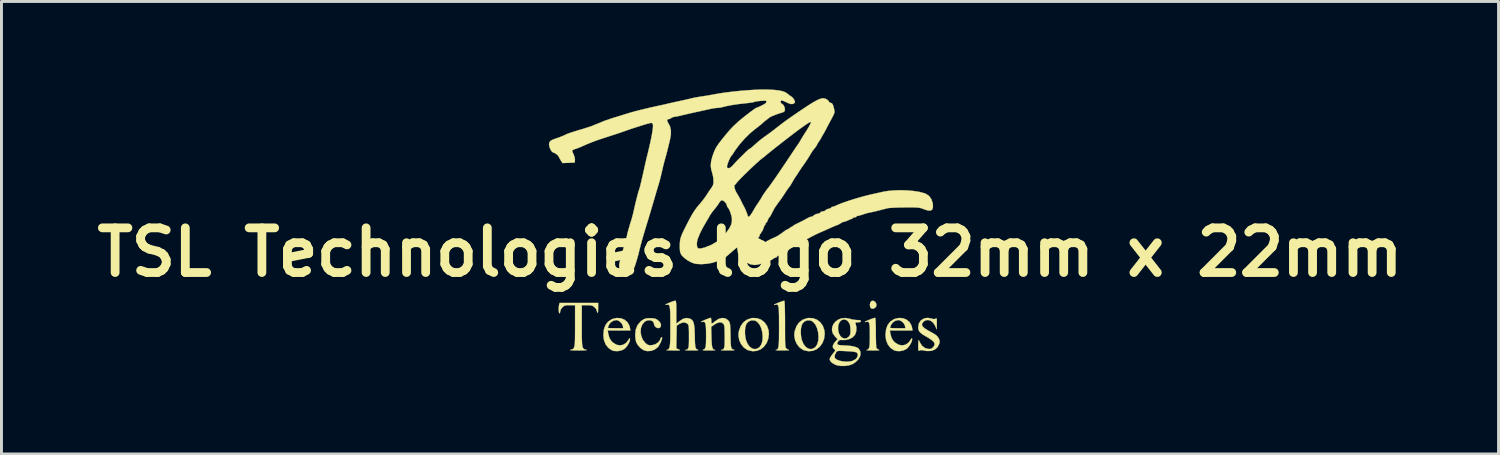
<source format=kicad_pcb>
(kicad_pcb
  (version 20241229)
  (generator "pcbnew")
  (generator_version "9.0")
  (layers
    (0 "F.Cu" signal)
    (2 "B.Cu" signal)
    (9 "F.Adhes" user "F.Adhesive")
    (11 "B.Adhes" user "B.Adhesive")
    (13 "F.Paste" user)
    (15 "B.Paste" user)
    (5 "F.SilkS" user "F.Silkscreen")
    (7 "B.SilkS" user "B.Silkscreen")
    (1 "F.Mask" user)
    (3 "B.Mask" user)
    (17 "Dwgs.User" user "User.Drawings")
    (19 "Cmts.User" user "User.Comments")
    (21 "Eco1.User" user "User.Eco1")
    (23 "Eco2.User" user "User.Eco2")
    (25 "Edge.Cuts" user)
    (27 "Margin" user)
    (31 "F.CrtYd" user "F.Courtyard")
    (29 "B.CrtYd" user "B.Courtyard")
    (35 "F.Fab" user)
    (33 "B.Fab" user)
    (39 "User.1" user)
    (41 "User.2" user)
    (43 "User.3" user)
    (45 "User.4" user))
  (footprint "TSL Technologies logo 32mm x 22mm"
    (layer "F.Cu")
    (at 22.541 5.559)
    (property "Reference" "TSL Technologies logo 32mm x 22mm" (at 0 0 0) (layer "F.SilkS") (effects (font (size 1.524 1.524) (thickness 0.3))))
    (attr through_hole)
    (fp_poly (pts (xy 4.267 1.689) (xy 4.276 1.697) (xy 4.314 1.77) (xy 4.305 1.844) (xy 4.272 1.888) (xy 4.203 1.927) (xy 4.141 1.917) (xy 4.12 1.9) (xy 4.098 1.854) (xy 4.089 1.791) (xy 4.106 1.709) (xy 4.148 1.661) (xy 4.205 1.653) (xy 4.267 1.689)) (stroke (width 0.01) (type solid)) (fill yes) (layer "F.SilkS"))
    (fp_poly (pts (xy 4.277 2.259) (xy 4.283 2.328) (xy 4.288 2.433) (xy 4.292 2.568) (xy 4.293 2.726) (xy 4.293 2.737) (xy 4.294 2.893) (xy 4.297 3.032) (xy 4.301 3.146) (xy 4.306 3.228) (xy 4.312 3.267) (xy 4.313 3.269) (xy 4.35 3.301) (xy 4.395 3.325) (xy 4.411 3.336) (xy 4.39 3.343) (xy 4.327 3.347) (xy 4.218 3.348) (xy 4.191 3.348) (xy 4.088 3.347) (xy 4.013 3.344) (xy 3.974 3.339) (xy 3.975 3.335) (xy 4.015 3.321) (xy 4.045 3.297) (xy 4.065 3.255) (xy 4.079 3.188) (xy 4.086 3.09) (xy 4.089 2.952) (xy 4.089 2.83) (xy 4.088 2.66) (xy 4.084 2.535) (xy 4.074 2.449) (xy 4.058 2.396) (xy 4.033 2.371) (xy 3.997 2.367) (xy 3.957 2.376) (xy 3.92 2.382) (xy 3.924 2.369) (xy 3.96 2.349) (xy 4.027 2.319) (xy 4.109 2.286) (xy 4.189 2.257) (xy 4.249 2.239) (xy 4.269 2.235) (xy 4.277 2.259)) (stroke (width 0.01) (type solid)) (fill yes) (layer "F.SilkS"))
    (fp_poly (pts (xy 0.241 2.248) (xy 0.377 2.298) (xy 0.491 2.386) (xy 0.578 2.505) (xy 0.63 2.65) (xy 0.644 2.779) (xy 0.622 2.95) (xy 0.565 3.098) (xy 0.476 3.219) (xy 0.364 3.309) (xy 0.233 3.362) (xy 0.09 3.375) (xy -0.059 3.343) (xy -0.094 3.329) (xy -0.211 3.249) (xy -0.304 3.134) (xy -0.367 2.996) (xy -0.394 2.845) (xy -0.388 2.768) (xy -0.173 2.768) (xy -0.159 2.902) (xy -0.141 2.985) (xy -0.086 3.12) (xy -0.012 3.22) (xy 0.074 3.282) (xy 0.166 3.304) (xy 0.259 3.282) (xy 0.33 3.23) (xy 0.391 3.136) (xy 0.425 3.013) (xy 0.433 2.871) (xy 0.418 2.723) (xy 0.381 2.582) (xy 0.321 2.459) (xy 0.242 2.368) (xy 0.239 2.365) (xy 0.145 2.32) (xy 0.045 2.32) (xy -0.049 2.362) (xy -0.118 2.434) (xy -0.151 2.518) (xy -0.17 2.635) (xy -0.173 2.768) (xy -0.388 2.768) (xy -0.382 2.695) (xy -0.381 2.694) (xy -0.32 2.522) (xy -0.227 2.39) (xy -0.103 2.298) (xy 0.049 2.247) (xy 0.091 2.241) (xy 0.241 2.248)) (stroke (width 0.01) (type solid)) (fill yes) (layer "F.SilkS"))
    (fp_poly (pts (xy 2.146 2.248) (xy 2.282 2.298) (xy 2.396 2.386) (xy 2.483 2.505) (xy 2.535 2.65) (xy 2.549 2.779) (xy 2.527 2.95) (xy 2.47 3.098) (xy 2.381 3.219) (xy 2.269 3.309) (xy 2.138 3.362) (xy 1.995 3.375) (xy 1.846 3.343) (xy 1.811 3.329) (xy 1.694 3.249) (xy 1.601 3.134) (xy 1.538 2.996) (xy 1.511 2.845) (xy 1.517 2.768) (xy 1.732 2.768) (xy 1.746 2.902) (xy 1.764 2.985) (xy 1.819 3.12) (xy 1.893 3.22) (xy 1.979 3.282) (xy 2.071 3.304) (xy 2.164 3.282) (xy 2.235 3.23) (xy 2.296 3.136) (xy 2.33 3.013) (xy 2.338 2.871) (xy 2.323 2.723) (xy 2.286 2.582) (xy 2.226 2.459) (xy 2.147 2.368) (xy 2.144 2.365) (xy 2.05 2.32) (xy 1.95 2.32) (xy 1.856 2.362) (xy 1.787 2.434) (xy 1.754 2.518) (xy 1.735 2.635) (xy 1.732 2.768) (xy 1.517 2.768) (xy 1.523 2.695) (xy 1.524 2.694) (xy 1.585 2.522) (xy 1.678 2.39) (xy 1.802 2.298) (xy 1.954 2.247) (xy 1.996 2.241) (xy 2.146 2.248)) (stroke (width 0.01) (type solid)) (fill yes) (layer "F.SilkS"))
    (fp_poly (pts (xy 1.177 1.676) (xy 1.182 1.746) (xy 1.187 1.857) (xy 1.19 2.004) (xy 1.193 2.182) (xy 1.194 2.386) (xy 1.194 2.447) (xy 1.194 2.671) (xy 1.195 2.849) (xy 1.196 2.987) (xy 1.199 3.091) (xy 1.204 3.166) (xy 1.21 3.218) (xy 1.218 3.251) (xy 1.228 3.272) (xy 1.238 3.283) (xy 1.297 3.32) (xy 1.333 3.335) (xy 1.331 3.339) (xy 1.285 3.343) (xy 1.204 3.346) (xy 1.105 3.347) (xy 0.999 3.346) (xy 0.92 3.343) (xy 0.877 3.339) (xy 0.876 3.335) (xy 0.909 3.325) (xy 0.934 3.31) (xy 0.954 3.282) (xy 0.968 3.238) (xy 0.978 3.171) (xy 0.985 3.076) (xy 0.989 2.948) (xy 0.99 2.78) (xy 0.991 2.567) (xy 0.991 2.538) (xy 0.99 2.318) (xy 0.989 2.144) (xy 0.985 2.01) (xy 0.979 1.912) (xy 0.968 1.846) (xy 0.953 1.805) (xy 0.932 1.785) (xy 0.905 1.781) (xy 0.871 1.788) (xy 0.858 1.791) (xy 0.821 1.798) (xy 0.826 1.785) (xy 0.861 1.765) (xy 0.929 1.735) (xy 1.01 1.702) (xy 1.09 1.673) (xy 1.151 1.654) (xy 1.171 1.651) (xy 1.177 1.676)) (stroke (width 0.01) (type solid)) (fill yes) (layer "F.SilkS"))
    (fp_poly (pts (xy -4.406 2.25) (xy -4.284 2.299) (xy -4.185 2.382) (xy -4.119 2.495) (xy -4.098 2.572) (xy -4.083 2.667) (xy -4.856 2.667) (xy -4.838 2.775) (xy -4.801 2.912) (xy -4.738 3.019) (xy -4.673 3.083) (xy -4.556 3.154) (xy -4.436 3.176) (xy -4.321 3.153) (xy -4.22 3.085) (xy -4.145 2.985) (xy -4.117 2.938) (xy -4.101 2.935) (xy -4.095 2.953) (xy -4.101 3.016) (xy -4.135 3.099) (xy -4.187 3.187) (xy -4.249 3.263) (xy -4.284 3.294) (xy -4.388 3.347) (xy -4.513 3.372) (xy -4.637 3.366) (xy -4.712 3.344) (xy -4.834 3.26) (xy -4.927 3.14) (xy -4.984 2.991) (xy -5.004 2.827) (xy -4.986 2.638) (xy -4.965 2.577) (xy -4.851 2.577) (xy -4.828 2.583) (xy -4.764 2.587) (xy -4.67 2.59) (xy -4.589 2.591) (xy -4.327 2.591) (xy -4.338 2.514) (xy -4.37 2.438) (xy -4.433 2.369) (xy -4.509 2.323) (xy -4.563 2.311) (xy -4.665 2.334) (xy -4.756 2.394) (xy -4.815 2.477) (xy -4.839 2.537) (xy -4.851 2.574) (xy -4.851 2.577) (xy -4.965 2.577) (xy -4.932 2.485) (xy -4.843 2.367) (xy -4.717 2.285) (xy -4.685 2.272) (xy -4.542 2.24) (xy -4.406 2.25)) (stroke (width 0.01) (type solid)) (fill yes) (layer "F.SilkS"))
    (fp_poly (pts (xy 5.221 2.25) (xy 5.343 2.299) (xy 5.441 2.382) (xy 5.508 2.495) (xy 5.528 2.572) (xy 5.544 2.667) (xy 4.771 2.667) (xy 4.789 2.775) (xy 4.825 2.912) (xy 4.889 3.019) (xy 4.954 3.083) (xy 5.071 3.154) (xy 5.191 3.176) (xy 5.305 3.153) (xy 5.407 3.085) (xy 5.481 2.985) (xy 5.51 2.938) (xy 5.525 2.935) (xy 5.532 2.953) (xy 5.525 3.016) (xy 5.492 3.099) (xy 5.439 3.187) (xy 5.377 3.263) (xy 5.342 3.294) (xy 5.239 3.347) (xy 5.114 3.372) (xy 4.99 3.366) (xy 4.915 3.344) (xy 4.792 3.26) (xy 4.7 3.14) (xy 4.642 2.991) (xy 4.623 2.827) (xy 4.641 2.638) (xy 4.662 2.577) (xy 4.775 2.577) (xy 4.799 2.583) (xy 4.863 2.587) (xy 4.956 2.59) (xy 5.037 2.591) (xy 5.3 2.591) (xy 5.289 2.514) (xy 5.257 2.438) (xy 5.194 2.369) (xy 5.117 2.323) (xy 5.064 2.311) (xy 4.961 2.334) (xy 4.871 2.394) (xy 4.811 2.477) (xy 4.788 2.537) (xy 4.776 2.574) (xy 4.775 2.577) (xy 4.662 2.577) (xy 4.694 2.485) (xy 4.784 2.367) (xy 4.909 2.285) (xy 4.941 2.272) (xy 5.084 2.24) (xy 5.221 2.25)) (stroke (width 0.01) (type solid)) (fill yes) (layer "F.SilkS"))
    (fp_poly (pts (xy -3.304 2.252) (xy -3.231 2.267) (xy -3.17 2.297) (xy -3.154 2.308) (xy -3.076 2.382) (xy -3.038 2.461) (xy -3.045 2.534) (xy -3.049 2.542) (xy -3.093 2.582) (xy -3.151 2.586) (xy -3.21 2.559) (xy -3.256 2.509) (xy -3.277 2.441) (xy -3.277 2.437) (xy -3.298 2.374) (xy -3.354 2.333) (xy -3.43 2.316) (xy -3.515 2.326) (xy -3.593 2.366) (xy -3.594 2.366) (xy -3.674 2.46) (xy -3.721 2.579) (xy -3.733 2.713) (xy -3.713 2.85) (xy -3.661 2.979) (xy -3.576 3.089) (xy -3.554 3.109) (xy -3.494 3.153) (xy -3.437 3.171) (xy -3.358 3.17) (xy -3.346 3.169) (xy -3.234 3.139) (xy -3.138 3.078) (xy -3.073 2.996) (xy -3.057 2.953) (xy -3.036 2.91) (xy -3.012 2.896) (xy -2.998 2.918) (xy -2.998 2.927) (xy -3.01 2.978) (xy -3.041 3.053) (xy -3.081 3.134) (xy -3.122 3.204) (xy -3.145 3.234) (xy -3.25 3.316) (xy -3.376 3.363) (xy -3.509 3.371) (xy -3.619 3.343) (xy -3.726 3.274) (xy -3.82 3.175) (xy -3.88 3.075) (xy -3.899 3.003) (xy -3.913 2.903) (xy -3.918 2.815) (xy -3.898 2.635) (xy -3.838 2.485) (xy -3.735 2.363) (xy -3.686 2.324) (xy -3.617 2.281) (xy -3.554 2.258) (xy -3.475 2.249) (xy -3.408 2.248) (xy -3.304 2.252)) (stroke (width 0.01) (type solid)) (fill yes) (layer "F.SilkS"))
    (fp_poly (pts (xy -5.182 1.911) (xy -5.185 2.008) (xy -5.192 2.057) (xy -5.205 2.061) (xy -5.207 2.057) (xy -5.229 2) (xy -5.232 1.977) (xy -5.251 1.935) (xy -5.296 1.882) (xy -5.311 1.869) (xy -5.361 1.833) (xy -5.414 1.813) (xy -5.487 1.805) (xy -5.565 1.803) (xy -5.74 1.803) (xy -5.74 2.51) (xy -5.74 2.729) (xy -5.739 2.904) (xy -5.735 3.038) (xy -5.729 3.138) (xy -5.718 3.21) (xy -5.702 3.259) (xy -5.68 3.29) (xy -5.65 3.308) (xy -5.612 3.321) (xy -5.587 3.327) (xy -5.57 3.336) (xy -5.604 3.342) (xy -5.689 3.346) (xy -5.824 3.348) (xy -5.855 3.348) (xy -5.999 3.346) (xy -6.093 3.343) (xy -6.137 3.337) (xy -6.13 3.329) (xy -6.123 3.327) (xy -6.079 3.316) (xy -6.045 3.301) (xy -6.019 3.278) (xy -6 3.239) (xy -5.986 3.181) (xy -5.977 3.097) (xy -5.972 2.983) (xy -5.97 2.831) (xy -5.969 2.637) (xy -5.969 2.51) (xy -5.969 1.803) (xy -6.149 1.803) (xy -6.246 1.805) (xy -6.309 1.814) (xy -6.354 1.835) (xy -6.397 1.872) (xy -6.403 1.878) (xy -6.455 1.947) (xy -6.477 2.014) (xy -6.477 2.017) (xy -6.485 2.066) (xy -6.502 2.083) (xy -6.516 2.06) (xy -6.525 2.003) (xy -6.527 1.927) (xy -6.523 1.848) (xy -6.512 1.784) (xy -6.496 1.727) (xy -5.182 1.727) (xy -5.182 1.911)) (stroke (width 0.01) (type solid)) (fill yes) (layer "F.SilkS"))
    (fp_poly (pts (xy 6.191 2.262) (xy 6.2 2.264) (xy 6.273 2.28) (xy 6.319 2.273) (xy 6.336 2.261) (xy 6.356 2.251) (xy 6.367 2.263) (xy 6.373 2.308) (xy 6.374 2.393) (xy 6.374 2.429) (xy 6.372 2.629) (xy 6.314 2.501) (xy 6.249 2.401) (xy 6.166 2.335) (xy 6.074 2.308) (xy 5.984 2.323) (xy 5.923 2.363) (xy 5.876 2.421) (xy 5.865 2.477) (xy 5.894 2.534) (xy 5.964 2.597) (xy 6.079 2.67) (xy 6.158 2.713) (xy 6.27 2.775) (xy 6.346 2.826) (xy 6.396 2.873) (xy 6.431 2.924) (xy 6.434 2.929) (xy 6.465 3.001) (xy 6.47 3.06) (xy 6.455 3.124) (xy 6.396 3.239) (xy 6.304 3.319) (xy 6.182 3.363) (xy 6.036 3.368) (xy 5.952 3.354) (xy 5.864 3.338) (xy 5.81 3.338) (xy 5.777 3.354) (xy 5.759 3.363) (xy 5.747 3.346) (xy 5.742 3.296) (xy 5.74 3.205) (xy 5.74 3.191) (xy 5.742 3.099) (xy 5.746 3.031) (xy 5.751 2.998) (xy 5.753 2.997) (xy 5.77 3.018) (xy 5.796 3.069) (xy 5.8 3.08) (xy 5.872 3.192) (xy 5.973 3.267) (xy 6.069 3.295) (xy 6.147 3.299) (xy 6.201 3.279) (xy 6.237 3.25) (xy 6.288 3.186) (xy 6.3 3.124) (xy 6.271 3.06) (xy 6.198 2.991) (xy 6.079 2.913) (xy 6.011 2.874) (xy 5.891 2.803) (xy 5.811 2.74) (xy 5.764 2.679) (xy 5.743 2.609) (xy 5.74 2.558) (xy 5.761 2.432) (xy 5.821 2.334) (xy 5.902 2.277) (xy 5.994 2.243) (xy 6.083 2.239) (xy 6.191 2.262)) (stroke (width 0.01) (type solid)) (fill yes) (layer "F.SilkS"))
    (fp_poly (pts (xy -2.536 1.66) (xy -2.526 1.693) (xy -2.52 1.754) (xy -2.516 1.852) (xy -2.515 1.992) (xy -2.515 2.047) (xy -2.515 2.442) (xy -2.409 2.352) (xy -2.288 2.272) (xy -2.17 2.241) (xy -2.058 2.26) (xy -2.056 2.261) (xy -1.999 2.292) (xy -1.956 2.336) (xy -1.926 2.4) (xy -1.906 2.491) (xy -1.893 2.617) (xy -1.886 2.785) (xy -1.886 2.819) (xy -1.882 2.985) (xy -1.877 3.107) (xy -1.87 3.193) (xy -1.859 3.25) (xy -1.843 3.286) (xy -1.82 3.307) (xy -1.788 3.322) (xy -1.784 3.323) (xy -1.764 3.334) (xy -1.779 3.342) (xy -1.835 3.346) (xy -1.934 3.347) (xy -1.994 3.347) (xy -2.099 3.346) (xy -2.174 3.343) (xy -2.213 3.339) (xy -2.21 3.334) (xy -2.163 3.323) (xy -2.13 3.306) (xy -2.107 3.274) (xy -2.093 3.22) (xy -2.086 3.137) (xy -2.083 3.017) (xy -2.083 2.88) (xy -2.083 2.729) (xy -2.086 2.621) (xy -2.09 2.547) (xy -2.099 2.498) (xy -2.112 2.465) (xy -2.131 2.441) (xy -2.134 2.438) (xy -2.21 2.395) (xy -2.304 2.396) (xy -2.405 2.439) (xy -2.416 2.446) (xy -2.502 2.504) (xy -2.509 2.891) (xy -2.516 3.278) (xy -2.433 3.315) (xy -2.4 3.33) (xy -2.391 3.341) (xy -2.412 3.346) (xy -2.47 3.349) (xy -2.57 3.349) (xy -2.629 3.348) (xy -2.734 3.346) (xy -2.811 3.343) (xy -2.852 3.339) (xy -2.851 3.335) (xy -2.813 3.325) (xy -2.783 3.308) (xy -2.76 3.278) (xy -2.743 3.231) (xy -2.732 3.159) (xy -2.724 3.059) (xy -2.72 2.924) (xy -2.718 2.748) (xy -2.718 2.545) (xy -2.718 2.325) (xy -2.72 2.15) (xy -2.724 2.017) (xy -2.732 1.919) (xy -2.743 1.851) (xy -2.759 1.81) (xy -2.78 1.79) (xy -2.808 1.785) (xy -2.841 1.79) (xy -2.883 1.796) (xy -2.883 1.784) (xy -2.883 1.784) (xy -2.842 1.76) (xy -2.772 1.728) (xy -2.689 1.694) (xy -2.612 1.666) (xy -2.558 1.652) (xy -2.549 1.651) (xy -2.536 1.66)) (stroke (width 0.01) (type solid)) (fill yes) (layer "F.SilkS"))
    (fp_poly (pts (xy -1.329 2.258) (xy -1.321 2.314) (xy -1.321 2.337) (xy -1.317 2.4) (xy -1.309 2.436) (xy -1.306 2.438) (xy -1.28 2.423) (xy -1.229 2.384) (xy -1.187 2.35) (xy -1.07 2.273) (xy -0.955 2.241) (xy -0.849 2.253) (xy -0.757 2.311) (xy -0.725 2.347) (xy -0.705 2.379) (xy -0.69 2.418) (xy -0.68 2.472) (xy -0.674 2.552) (xy -0.669 2.665) (xy -0.666 2.802) (xy -0.663 2.972) (xy -0.659 3.098) (xy -0.652 3.187) (xy -0.641 3.247) (xy -0.625 3.284) (xy -0.601 3.306) (xy -0.569 3.319) (xy -0.552 3.324) (xy -0.528 3.335) (xy -0.541 3.342) (xy -0.596 3.346) (xy -0.695 3.347) (xy -0.762 3.347) (xy -0.87 3.346) (xy -0.949 3.343) (xy -0.992 3.339) (xy -0.991 3.334) (xy -0.991 3.334) (xy -0.944 3.323) (xy -0.91 3.306) (xy -0.888 3.273) (xy -0.874 3.219) (xy -0.867 3.135) (xy -0.864 3.014) (xy -0.864 2.885) (xy -0.865 2.728) (xy -0.868 2.613) (xy -0.875 2.533) (xy -0.886 2.48) (xy -0.902 2.446) (xy -0.903 2.444) (xy -0.965 2.396) (xy -1.049 2.389) (xy -1.148 2.423) (xy -1.218 2.466) (xy -1.326 2.544) (xy -1.317 2.894) (xy -1.311 3.051) (xy -1.302 3.164) (xy -1.288 3.242) (xy -1.266 3.291) (xy -1.234 3.319) (xy -1.191 3.334) (xy -1.186 3.335) (xy -1.186 3.34) (xy -1.229 3.343) (xy -1.308 3.346) (xy -1.397 3.347) (xy -1.515 3.347) (xy -1.586 3.344) (xy -1.614 3.337) (xy -1.604 3.327) (xy -1.596 3.324) (xy -1.562 3.308) (xy -1.537 3.283) (xy -1.519 3.243) (xy -1.508 3.179) (xy -1.502 3.085) (xy -1.499 2.952) (xy -1.499 2.824) (xy -1.5 2.656) (xy -1.506 2.532) (xy -1.518 2.448) (xy -1.537 2.397) (xy -1.565 2.373) (xy -1.603 2.371) (xy -1.621 2.374) (xy -1.664 2.38) (xy -1.664 2.368) (xy -1.664 2.368) (xy -1.627 2.347) (xy -1.561 2.316) (xy -1.482 2.283) (xy -1.408 2.254) (xy -1.355 2.237) (xy -1.343 2.235) (xy -1.329 2.258)) (stroke (width 0.01) (type solid)) (fill yes) (layer "F.SilkS"))
    (fp_poly (pts (xy 3.397 2.268) (xy 3.404 2.27) (xy 3.501 2.295) (xy 3.612 2.309) (xy 3.651 2.311) (xy 3.733 2.315) (xy 3.775 2.328) (xy 3.785 2.349) (xy 3.768 2.376) (xy 3.712 2.387) (xy 3.684 2.388) (xy 3.62 2.39) (xy 3.596 2.402) (xy 3.601 2.434) (xy 3.607 2.453) (xy 3.631 2.568) (xy 3.624 2.692) (xy 3.589 2.8) (xy 3.581 2.815) (xy 3.501 2.9) (xy 3.387 2.961) (xy 3.253 2.992) (xy 3.168 2.993) (xy 3.089 2.99) (xy 3.043 3) (xy 3.014 3.029) (xy 2.998 3.055) (xy 2.974 3.106) (xy 2.978 3.134) (xy 2.997 3.15) (xy 3.044 3.164) (xy 3.12 3.174) (xy 3.162 3.175) (xy 3.335 3.183) (xy 3.486 3.202) (xy 3.605 3.231) (xy 3.684 3.267) (xy 3.697 3.278) (xy 3.757 3.365) (xy 3.774 3.463) (xy 3.748 3.567) (xy 3.683 3.669) (xy 3.582 3.761) (xy 3.493 3.816) (xy 3.378 3.856) (xy 3.237 3.876) (xy 3.091 3.876) (xy 2.962 3.853) (xy 2.95 3.85) (xy 2.845 3.803) (xy 2.766 3.742) (xy 2.723 3.675) (xy 2.718 3.646) (xy 2.733 3.6) (xy 2.742 3.585) (xy 2.887 3.585) (xy 2.902 3.615) (xy 2.964 3.664) (xy 3.061 3.701) (xy 3.18 3.724) (xy 3.306 3.733) (xy 3.425 3.723) (xy 3.512 3.699) (xy 3.612 3.64) (xy 3.668 3.565) (xy 3.679 3.49) (xy 3.669 3.453) (xy 3.647 3.425) (xy 3.603 3.405) (xy 3.532 3.391) (xy 3.426 3.38) (xy 3.277 3.371) (xy 3.247 3.37) (xy 3.126 3.364) (xy 3.046 3.363) (xy 2.996 3.368) (xy 2.966 3.38) (xy 2.946 3.401) (xy 2.939 3.411) (xy 2.891 3.509) (xy 2.887 3.585) (xy 2.742 3.585) (xy 2.774 3.531) (xy 2.822 3.467) (xy 2.877 3.399) (xy 2.904 3.358) (xy 2.905 3.333) (xy 2.884 3.314) (xy 2.873 3.306) (xy 2.828 3.251) (xy 2.828 3.178) (xy 2.874 3.093) (xy 2.905 3.056) (xy 2.99 2.963) (xy 2.906 2.879) (xy 2.829 2.773) (xy 2.797 2.663) (xy 2.798 2.645) (xy 3.005 2.645) (xy 3.03 2.757) (xy 3.076 2.849) (xy 3.139 2.912) (xy 3.213 2.943) (xy 3.292 2.934) (xy 3.367 2.884) (xy 3.403 2.839) (xy 3.422 2.785) (xy 3.429 2.704) (xy 3.429 2.67) (xy 3.425 2.575) (xy 3.414 2.493) (xy 3.405 2.454) (xy 3.348 2.356) (xy 3.276 2.302) (xy 3.197 2.288) (xy 3.121 2.313) (xy 3.057 2.377) (xy 3.015 2.477) (xy 3.007 2.516) (xy 3.005 2.645) (xy 2.798 2.645) (xy 2.804 2.554) (xy 2.846 2.452) (xy 2.917 2.364) (xy 3.013 2.295) (xy 3.128 2.252) (xy 3.258 2.241) (xy 3.397 2.268)) (stroke (width 0.01) (type solid)) (fill yes) (layer "F.SilkS"))
    (fp_poly (pts (xy 0.585 -5.554) (xy 0.608 -5.553) (xy 0.813 -5.542) (xy 0.975 -5.524) (xy 1.1 -5.499) (xy 1.195 -5.465) (xy 1.267 -5.421) (xy 1.278 -5.411) (xy 1.343 -5.359) (xy 1.402 -5.319) (xy 1.412 -5.313) (xy 1.46 -5.272) (xy 1.504 -5.208) (xy 1.507 -5.202) (xy 1.532 -5.145) (xy 1.532 -5.113) (xy 1.507 -5.088) (xy 1.506 -5.086) (xy 1.451 -5.06) (xy 1.387 -5.061) (xy 1.3 -5.092) (xy 1.245 -5.118) (xy 1.168 -5.154) (xy 1.105 -5.177) (xy 1.08 -5.182) (xy 1.049 -5.164) (xy 1.043 -5.125) (xy 1.063 -5.085) (xy 1.089 -5.068) (xy 1.137 -5.03) (xy 1.174 -4.962) (xy 1.191 -4.883) (xy 1.19 -4.848) (xy 1.174 -4.809) (xy 1.131 -4.78) (xy 1.054 -4.756) (xy 0.973 -4.731) (xy 0.879 -4.697) (xy 0.786 -4.66) (xy 0.71 -4.627) (xy 0.665 -4.601) (xy 0.66 -4.598) (xy 0.634 -4.576) (xy 0.582 -4.535) (xy 0.552 -4.513) (xy 0.483 -4.459) (xy 0.426 -4.409) (xy 0.412 -4.395) (xy 0.373 -4.36) (xy 0.305 -4.305) (xy 0.218 -4.238) (xy 0.165 -4.198) (xy -0.004 -4.057) (xy -0.179 -3.884) (xy -0.345 -3.696) (xy -0.49 -3.505) (xy -0.574 -3.375) (xy -0.614 -3.317) (xy -0.645 -3.28) (xy -0.679 -3.226) (xy -0.718 -3.142) (xy -0.754 -3.048) (xy -0.78 -2.964) (xy -0.787 -2.915) (xy -0.771 -2.876) (xy -0.728 -2.869) (xy -0.671 -2.891) (xy -0.61 -2.94) (xy -0.593 -2.959) (xy -0.54 -3.02) (xy -0.466 -3.099) (xy -0.38 -3.188) (xy -0.288 -3.28) (xy -0.199 -3.367) (xy -0.12 -3.443) (xy -0.057 -3.499) (xy -0.019 -3.528) (xy -0.013 -3.531) (xy 0.016 -3.547) (xy 0.071 -3.591) (xy 0.143 -3.654) (xy 0.172 -3.681) (xy 0.273 -3.77) (xy 0.386 -3.862) (xy 0.488 -3.938) (xy 0.494 -3.942) (xy 0.578 -4.001) (xy 0.688 -4.082) (xy 0.809 -4.173) (xy 0.925 -4.263) (xy 1.026 -4.342) (xy 1.116 -4.411) (xy 1.201 -4.474) (xy 1.291 -4.539) (xy 1.392 -4.61) (xy 1.512 -4.693) (xy 1.66 -4.794) (xy 1.829 -4.907) (xy 2.015 -5.03) (xy 2.167 -5.124) (xy 2.289 -5.191) (xy 2.386 -5.233) (xy 2.463 -5.254) (xy 2.502 -5.257) (xy 2.569 -5.242) (xy 2.635 -5.208) (xy 2.681 -5.165) (xy 2.692 -5.135) (xy 2.714 -5.111) (xy 2.747 -5.101) (xy 2.787 -5.088) (xy 2.816 -5.057) (xy 2.841 -4.997) (xy 2.867 -4.897) (xy 2.867 -4.895) (xy 2.88 -4.835) (xy 2.882 -4.788) (xy 2.87 -4.738) (xy 2.842 -4.673) (xy 2.792 -4.579) (xy 2.785 -4.564) (xy 2.722 -4.446) (xy 2.655 -4.32) (xy 2.598 -4.211) (xy 2.588 -4.191) (xy 2.544 -4.109) (xy 2.509 -4.046) (xy 2.49 -4.014) (xy 2.489 -4.013) (xy 2.47 -3.984) (xy 2.441 -3.929) (xy 2.439 -3.924) (xy 2.397 -3.849) (xy 2.346 -3.773) (xy 2.344 -3.77) (xy 2.306 -3.714) (xy 2.287 -3.676) (xy 2.286 -3.672) (xy 2.271 -3.641) (xy 2.235 -3.589) (xy 2.222 -3.572) (xy 2.176 -3.515) (xy 2.143 -3.473) (xy 2.138 -3.467) (xy 2.116 -3.433) (xy 2.077 -3.37) (xy 2.037 -3.302) (xy 1.974 -3.201) (xy 1.901 -3.09) (xy 1.854 -3.023) (xy 1.788 -2.929) (xy 1.722 -2.832) (xy 1.683 -2.772) (xy 1.629 -2.688) (xy 1.575 -2.607) (xy 1.557 -2.581) (xy 1.51 -2.51) (xy 1.458 -2.421) (xy 1.437 -2.384) (xy 1.394 -2.31) (xy 1.356 -2.251) (xy 1.34 -2.232) (xy 1.312 -2.196) (xy 1.265 -2.129) (xy 1.207 -2.042) (xy 1.176 -1.994) (xy 1.109 -1.893) (xy 1.043 -1.798) (xy 0.989 -1.725) (xy 0.973 -1.705) (xy 0.833 -1.505) (xy 0.734 -1.314) (xy 0.7 -1.246) (xy 0.671 -1.203) (xy 0.659 -1.194) (xy 0.639 -1.172) (xy 0.614 -1.119) (xy 0.61 -1.105) (xy 0.585 -1.047) (xy 0.561 -1.017) (xy 0.557 -1.016) (xy 0.536 -0.995) (xy 0.533 -0.978) (xy 0.523 -0.944) (xy 0.514 -0.94) (xy 0.495 -0.918) (xy 0.472 -0.862) (xy 0.46 -0.826) (xy 0.436 -0.758) (xy 0.412 -0.717) (xy 0.404 -0.711) (xy 0.384 -0.691) (xy 0.381 -0.673) (xy 0.367 -0.639) (xy 0.356 -0.635) (xy 0.335 -0.614) (xy 0.33 -0.584) (xy 0.32 -0.543) (xy 0.305 -0.533) (xy 0.284 -0.512) (xy 0.279 -0.485) (xy 0.267 -0.44) (xy 0.252 -0.427) (xy 0.233 -0.398) (xy 0.215 -0.338) (xy 0.211 -0.311) (xy 0.204 -0.243) (xy 0.212 -0.212) (xy 0.242 -0.204) (xy 0.263 -0.203) (xy 0.313 -0.211) (xy 0.33 -0.229) (xy 0.351 -0.249) (xy 0.381 -0.254) (xy 0.422 -0.262) (xy 0.432 -0.273) (xy 0.453 -0.299) (xy 0.51 -0.34) (xy 0.591 -0.388) (xy 0.686 -0.438) (xy 0.783 -0.483) (xy 0.787 -0.485) (xy 0.874 -0.523) (xy 0.948 -0.562) (xy 0.981 -0.583) (xy 1.048 -0.63) (xy 1.092 -0.66) (xy 1.146 -0.699) (xy 1.178 -0.725) (xy 1.22 -0.754) (xy 1.283 -0.786) (xy 1.289 -0.789) (xy 1.344 -0.818) (xy 1.371 -0.842) (xy 1.372 -0.844) (xy 1.392 -0.861) (xy 1.41 -0.864) (xy 1.444 -0.875) (xy 1.448 -0.885) (xy 1.469 -0.905) (xy 1.526 -0.939) (xy 1.609 -0.982) (xy 1.645 -0.999) (xy 1.751 -1.051) (xy 1.853 -1.104) (xy 1.932 -1.148) (xy 1.943 -1.155) (xy 2.017 -1.193) (xy 2.083 -1.216) (xy 2.102 -1.218) (xy 2.146 -1.227) (xy 2.159 -1.241) (xy 2.181 -1.267) (xy 2.232 -1.294) (xy 2.294 -1.315) (xy 2.335 -1.321) (xy 2.382 -1.339) (xy 2.397 -1.359) (xy 2.431 -1.387) (xy 2.486 -1.397) (xy 2.543 -1.408) (xy 2.573 -1.432) (xy 2.605 -1.459) (xy 2.666 -1.481) (xy 2.678 -1.484) (xy 2.737 -1.501) (xy 2.768 -1.521) (xy 2.769 -1.525) (xy 2.789 -1.547) (xy 2.808 -1.549) (xy 2.854 -1.56) (xy 2.922 -1.587) (xy 2.941 -1.597) (xy 3.046 -1.643) (xy 3.189 -1.697) (xy 3.361 -1.756) (xy 3.55 -1.816) (xy 3.745 -1.874) (xy 3.935 -1.926) (xy 4.111 -1.97) (xy 4.166 -1.982) (xy 4.284 -2.008) (xy 4.395 -2.032) (xy 4.482 -2.052) (xy 4.508 -2.059) (xy 4.696 -2.092) (xy 4.909 -2.112) (xy 5.136 -2.119) (xy 5.365 -2.112) (xy 5.583 -2.092) (xy 5.78 -2.061) (xy 5.944 -2.018) (xy 5.997 -1.997) (xy 6.109 -1.923) (xy 6.189 -1.812) (xy 6.234 -1.67) (xy 6.239 -1.641) (xy 6.241 -1.53) (xy 6.216 -1.458) (xy 6.16 -1.424) (xy 6.073 -1.426) (xy 5.95 -1.464) (xy 5.913 -1.479) (xy 5.863 -1.498) (xy 5.813 -1.513) (xy 5.756 -1.523) (xy 5.683 -1.529) (xy 5.584 -1.532) (xy 5.452 -1.533) (xy 5.283 -1.532) (xy 5.122 -1.53) (xy 4.972 -1.526) (xy 4.843 -1.519) (xy 4.744 -1.512) (xy 4.687 -1.504) (xy 4.686 -1.504) (xy 4.61 -1.484) (xy 4.507 -1.457) (xy 4.398 -1.429) (xy 4.394 -1.428) (xy 4.285 -1.4) (xy 4.178 -1.376) (xy 4.097 -1.36) (xy 4.096 -1.36) (xy 4.006 -1.34) (xy 3.902 -1.309) (xy 3.855 -1.293) (xy 3.772 -1.266) (xy 3.704 -1.248) (xy 3.677 -1.245) (xy 3.639 -1.233) (xy 3.632 -1.219) (xy 3.61 -1.2) (xy 3.569 -1.194) (xy 3.521 -1.185) (xy 3.505 -1.168) (xy 3.486 -1.144) (xy 3.479 -1.143) (xy 3.441 -1.133) (xy 3.378 -1.107) (xy 3.347 -1.092) (xy 3.274 -1.061) (xy 3.214 -1.043) (xy 3.199 -1.041) (xy 3.149 -1.026) (xy 3.096 -0.994) (xy 3.028 -0.952) (xy 2.972 -0.928) (xy 2.915 -0.908) (xy 2.833 -0.873) (xy 2.756 -0.839) (xy 2.661 -0.796) (xy 2.54 -0.742) (xy 2.416 -0.688) (xy 2.375 -0.671) (xy 2.259 -0.617) (xy 2.11 -0.542) (xy 1.94 -0.451) (xy 1.757 -0.351) (xy 1.574 -0.246) (xy 1.399 -0.143) (xy 1.244 -0.047) (xy 1.204 -0.021) (xy 1.114 0.035) (xy 1.034 0.081) (xy 0.978 0.11) (xy 0.969 0.113) (xy 0.926 0.136) (xy 0.914 0.154) (xy 0.894 0.175) (xy 0.878 0.178) (xy 0.829 0.194) (xy 0.808 0.21) (xy 0.747 0.251) (xy 0.651 0.296) (xy 0.532 0.342) (xy 0.406 0.382) (xy 0.287 0.414) (xy 0.188 0.43) (xy 0.158 0.432) (xy 0.013 0.41) (xy -0.125 0.348) (xy -0.247 0.256) (xy -0.345 0.141) (xy -0.409 0.012) (xy -0.432 -0.118) (xy -0.435 -0.158) (xy -0.452 -0.159) (xy -0.487 -0.133) (xy -0.539 -0.09) (xy -0.608 -0.03) (xy -0.642 0) (xy -0.74 0.086) (xy -0.814 0.148) (xy -0.878 0.192) (xy -0.947 0.23) (xy -1.033 0.268) (xy -1.128 0.307) (xy -1.287 0.358) (xy -1.467 0.39) (xy -1.65 0.404) (xy -1.816 0.397) (xy -1.895 0.383) (xy -2.007 0.342) (xy -2.126 0.277) (xy -2.235 0.197) (xy -2.32 0.115) (xy -2.349 0.075) (xy -2.375 0.018) (xy -2.39 -0.051) (xy -2.396 -0.146) (xy -2.396 -0.227) (xy -2.394 -0.316) (xy -2.393 -0.328) (xy -1.814 -0.328) (xy -1.811 -0.218) (xy -1.786 -0.146) (xy -1.748 -0.129) (xy -1.672 -0.133) (xy -1.564 -0.158) (xy -1.547 -0.163) (xy -1.33 -0.248) (xy -1.131 -0.363) (xy -0.966 -0.5) (xy -0.94 -0.527) (xy -0.807 -0.679) (xy -0.712 -0.809) (xy -0.651 -0.924) (xy -0.621 -1.032) (xy -0.617 -1.138) (xy -0.618 -1.156) (xy -0.634 -1.244) (xy -0.663 -1.342) (xy -0.698 -1.434) (xy -0.735 -1.505) (xy -0.763 -1.537) (xy -0.784 -1.573) (xy -0.787 -1.595) (xy -0.806 -1.651) (xy -0.852 -1.712) (xy -0.908 -1.76) (xy -0.957 -1.778) (xy -1.005 -1.755) (xy -1.05 -1.695) (xy -1.088 -1.634) (xy -1.147 -1.552) (xy -1.215 -1.468) (xy -1.215 -1.468) (xy -1.281 -1.386) (xy -1.337 -1.308) (xy -1.372 -1.253) (xy -1.373 -1.252) (xy -1.406 -1.19) (xy -1.454 -1.108) (xy -1.487 -1.054) (xy -1.609 -0.843) (xy -1.71 -0.642) (xy -1.783 -0.464) (xy -1.789 -0.447) (xy -1.814 -0.328) (xy -2.393 -0.328) (xy -2.387 -0.393) (xy -2.374 -0.465) (xy -2.35 -0.542) (xy -2.313 -0.633) (xy -2.26 -0.747) (xy -2.188 -0.891) (xy -2.138 -0.99) (xy -2.045 -1.167) (xy -1.966 -1.308) (xy -1.891 -1.425) (xy -1.814 -1.531) (xy -1.728 -1.635) (xy -1.696 -1.671) (xy -1.615 -1.769) (xy -1.531 -1.882) (xy -1.48 -1.958) (xy -1.42 -2.052) (xy -1.358 -2.142) (xy -1.314 -2.202) (xy -1.292 -2.238) (xy -0.535 -2.238) (xy -0.518 -2.163) (xy -0.486 -2.08) (xy -0.451 -2.018) (xy -0.392 -1.92) (xy -0.334 -1.814) (xy -0.31 -1.765) (xy -0.272 -1.687) (xy -0.241 -1.623) (xy -0.228 -1.6) (xy -0.187 -1.524) (xy -0.144 -1.43) (xy -0.107 -1.338) (xy -0.085 -1.269) (xy -0.084 -1.266) (xy -0.066 -1.219) (xy -0.038 -1.214) (xy 0.004 -1.254) (xy 0.063 -1.338) (xy 0.064 -1.34) (xy 0.107 -1.411) (xy 0.139 -1.466) (xy 0.15 -1.486) (xy 0.168 -1.517) (xy 0.207 -1.58) (xy 0.261 -1.661) (xy 0.283 -1.694) (xy 0.339 -1.778) (xy 0.381 -1.845) (xy 0.404 -1.885) (xy 0.406 -1.891) (xy 0.42 -1.917) (xy 0.455 -1.97) (xy 0.502 -2.039) (xy 0.552 -2.109) (xy 0.596 -2.169) (xy 0.622 -2.2) (xy 0.656 -2.243) (xy 0.686 -2.286) (xy 0.733 -2.353) (xy 0.765 -2.397) (xy 0.8 -2.446) (xy 0.859 -2.53) (xy 0.936 -2.643) (xy 1.027 -2.777) (xy 1.128 -2.926) (xy 1.233 -3.082) (xy 1.338 -3.239) (xy 1.414 -3.353) (xy 1.489 -3.466) (xy 1.555 -3.565) (xy 1.607 -3.641) (xy 1.639 -3.687) (xy 1.646 -3.696) (xy 1.67 -3.731) (xy 1.709 -3.795) (xy 1.74 -3.848) (xy 1.796 -3.943) (xy 1.856 -4.038) (xy 1.882 -4.078) (xy 1.942 -4.171) (xy 1.998 -4.266) (xy 2.045 -4.352) (xy 2.075 -4.416) (xy 2.083 -4.443) (xy 2.066 -4.449) (xy 2.014 -4.426) (xy 1.927 -4.372) (xy 1.805 -4.287) (xy 1.646 -4.172) (xy 1.451 -4.024) (xy 1.218 -3.845) (xy 0.947 -3.634) (xy 0.864 -3.569) (xy 0.751 -3.479) (xy 0.652 -3.399) (xy 0.574 -3.336) (xy 0.524 -3.294) (xy 0.509 -3.279) (xy 0.477 -3.251) (xy 0.454 -3.236) (xy 0.407 -3.202) (xy 0.334 -3.141) (xy 0.241 -3.059) (xy 0.134 -2.961) (xy 0.02 -2.854) (xy -0.095 -2.743) (xy -0.206 -2.634) (xy -0.306 -2.534) (xy -0.389 -2.447) (xy -0.449 -2.381) (xy -0.48 -2.34) (xy -0.483 -2.333) (xy -0.502 -2.312) (xy -0.508 -2.311) (xy -0.532 -2.291) (xy -0.535 -2.238) (xy -1.292 -2.238) (xy -1.271 -2.27) (xy -1.25 -2.34) (xy -1.245 -2.436) (xy -1.253 -2.542) (xy -1.273 -2.649) (xy -1.285 -2.692) (xy -1.325 -2.832) (xy -1.34 -2.96) (xy -1.328 -3.093) (xy -1.29 -3.248) (xy -1.273 -3.302) (xy -1.219 -3.45) (xy -1.16 -3.571) (xy -1.082 -3.69) (xy -1.048 -3.736) (xy -0.945 -3.868) (xy -0.838 -4) (xy -0.734 -4.123) (xy -0.642 -4.227) (xy -0.57 -4.301) (xy -0.559 -4.312) (xy -0.496 -4.37) (xy -0.427 -4.435) (xy -0.419 -4.442) (xy -0.361 -4.493) (xy -0.28 -4.56) (xy -0.185 -4.637) (xy -0.084 -4.715) (xy 0.014 -4.79) (xy 0.101 -4.854) (xy 0.167 -4.901) (xy 0.205 -4.925) (xy 0.209 -4.926) (xy 0.24 -4.937) (xy 0.304 -4.964) (xy 0.386 -5.002) (xy 0.394 -5.006) (xy 0.488 -5.055) (xy 0.541 -5.095) (xy 0.559 -5.131) (xy 0.559 -5.134) (xy 0.555 -5.159) (xy 0.538 -5.172) (xy 0.496 -5.176) (xy 0.42 -5.171) (xy 0.362 -5.167) (xy 0.265 -5.156) (xy 0.187 -5.144) (xy 0.143 -5.132) (xy 0.14 -5.13) (xy 0.106 -5.12) (xy 0.032 -5.107) (xy -0.071 -5.094) (xy -0.191 -5.081) (xy -0.411 -5.056) (xy -0.622 -5.024) (xy -0.811 -4.987) (xy -0.954 -4.951) (xy -1.04 -4.934) (xy -1.115 -4.928) (xy -1.191 -4.922) (xy -1.285 -4.907) (xy -1.316 -4.901) (xy -1.414 -4.879) (xy -1.513 -4.857) (xy -1.537 -4.852) (xy -1.606 -4.837) (xy -1.708 -4.814) (xy -1.827 -4.789) (xy -1.892 -4.774) (xy -2.028 -4.744) (xy -2.171 -4.711) (xy -2.299 -4.681) (xy -2.339 -4.671) (xy -2.439 -4.648) (xy -2.526 -4.631) (xy -2.583 -4.623) (xy -2.588 -4.623) (xy -2.651 -4.606) (xy -2.683 -4.585) (xy -2.737 -4.553) (xy -2.769 -4.547) (xy -2.821 -4.532) (xy -2.831 -4.491) (xy -2.799 -4.426) (xy -2.732 -4.302) (xy -2.7 -4.17) (xy -2.7 -4.017) (xy -2.733 -3.835) (xy -2.761 -3.721) (xy -2.79 -3.601) (xy -2.807 -3.531) (xy -2.832 -3.432) (xy -2.857 -3.336) (xy -2.868 -3.296) (xy -2.904 -3.169) (xy -2.933 -3.062) (xy -2.96 -2.957) (xy -2.988 -2.834) (xy -3.009 -2.743) (xy -3.04 -2.611) (xy -3.074 -2.476) (xy -3.106 -2.359) (xy -3.121 -2.311) (xy -3.145 -2.232) (xy -3.18 -2.115) (xy -3.222 -1.973) (xy -3.267 -1.819) (xy -3.301 -1.702) (xy -3.352 -1.529) (xy -3.407 -1.345) (xy -3.46 -1.166) (xy -3.508 -1.01) (xy -3.53 -0.94) (xy -3.592 -0.734) (xy -3.652 -0.532) (xy -3.705 -0.344) (xy -3.749 -0.179) (xy -3.782 -0.045) (xy -3.797 0.024) (xy -3.808 0.066) (xy -3.83 0.145) (xy -3.859 0.248) (xy -3.885 0.333) (xy -3.93 0.473) (xy -3.972 0.571) (xy -4.017 0.634) (xy -4.072 0.668) (xy -4.144 0.683) (xy -4.199 0.685) (xy -4.285 0.68) (xy -4.345 0.655) (xy -4.396 0.612) (xy -4.442 0.556) (xy -4.464 0.496) (xy -4.465 0.42) (xy -4.443 0.318) (xy -4.408 0.202) (xy -4.377 0.107) (xy -4.355 0.026) (xy -4.344 -0.024) (xy -4.344 -0.029) (xy -4.336 -0.072) (xy -4.316 -0.148) (xy -4.288 -0.242) (xy -4.283 -0.257) (xy -4.25 -0.362) (xy -4.223 -0.459) (xy -4.207 -0.53) (xy -4.206 -0.533) (xy -4.182 -0.646) (xy -4.143 -0.792) (xy -4.094 -0.959) (xy -4.063 -1.054) (xy -4.029 -1.168) (xy -3.995 -1.296) (xy -3.977 -1.372) (xy -3.947 -1.506) (xy -3.914 -1.649) (xy -3.88 -1.789) (xy -3.847 -1.918) (xy -3.819 -2.026) (xy -3.797 -2.102) (xy -3.785 -2.135) (xy -3.768 -2.184) (xy -3.742 -2.283) (xy -3.706 -2.431) (xy -3.661 -2.629) (xy -3.606 -2.876) (xy -3.605 -2.883) (xy -3.577 -3.007) (xy -3.549 -3.128) (xy -3.526 -3.228) (xy -3.517 -3.264) (xy -3.5 -3.329) (xy -3.483 -3.396) (xy -3.464 -3.476) (xy -3.44 -3.582) (xy -3.408 -3.723) (xy -3.402 -3.747) (xy -3.365 -3.924) (xy -3.336 -4.082) (xy -3.317 -4.213) (xy -3.309 -4.309) (xy -3.313 -4.357) (xy -3.33 -4.403) (xy -3.363 -4.416) (xy -3.411 -4.409) (xy -3.478 -4.393) (xy -3.583 -4.363) (xy -3.715 -4.322) (xy -3.863 -4.275) (xy -4.019 -4.225) (xy -4.17 -4.174) (xy -4.305 -4.126) (xy -4.417 -4.087) (xy -4.52 -4.051) (xy -4.6 -4.025) (xy -4.623 -4.018) (xy -4.699 -3.994) (xy -4.807 -3.959) (xy -4.932 -3.918) (xy -5.059 -3.877) (xy -5.171 -3.839) (xy -5.254 -3.811) (xy -5.258 -3.809) (xy -5.398 -3.756) (xy -5.559 -3.691) (xy -5.716 -3.622) (xy -5.728 -3.616) (xy -5.825 -3.575) (xy -5.924 -3.538) (xy -5.963 -3.526) (xy -6.028 -3.501) (xy -6.066 -3.477) (xy -6.071 -3.469) (xy -6.06 -3.433) (xy -6.034 -3.371) (xy -6.018 -3.337) (xy -5.985 -3.245) (xy -5.973 -3.159) (xy -5.974 -3.144) (xy -5.982 -3.061) (xy -6.19 -3.053) (xy -6.399 -3.046) (xy -6.463 -3.148) (xy -6.501 -3.211) (xy -6.524 -3.255) (xy -6.528 -3.265) (xy -6.547 -3.298) (xy -6.594 -3.34) (xy -6.651 -3.38) (xy -6.7 -3.402) (xy -6.711 -3.404) (xy -6.751 -3.426) (xy -6.793 -3.483) (xy -6.83 -3.561) (xy -6.853 -3.643) (xy -6.857 -3.688) (xy -6.845 -3.754) (xy -6.802 -3.805) (xy -6.721 -3.848) (xy -6.649 -3.874) (xy -6.498 -3.926) (xy -6.367 -3.979) (xy -6.29 -4.016) (xy -6.235 -4.041) (xy -6.14 -4.075) (xy -6.017 -4.115) (xy -5.875 -4.159) (xy -5.725 -4.203) (xy -5.687 -4.214) (xy -5.413 -4.303) (xy -5.106 -4.427) (xy -5.067 -4.444) (xy -4.988 -4.477) (xy -4.916 -4.503) (xy -4.902 -4.507) (xy -4.831 -4.53) (xy -4.788 -4.546) (xy -4.742 -4.562) (xy -4.661 -4.589) (xy -4.559 -4.62) (xy -4.508 -4.635) (xy -4.387 -4.672) (xy -4.265 -4.71) (xy -4.164 -4.741) (xy -4.14 -4.749) (xy -4.044 -4.777) (xy -3.911 -4.814) (xy -3.753 -4.854) (xy -3.581 -4.896) (xy -3.408 -4.937) (xy -3.246 -4.973) (xy -3.162 -4.991) (xy -3.051 -5.015) (xy -2.945 -5.038) (xy -2.865 -5.057) (xy -2.857 -5.059) (xy -2.794 -5.075) (xy -2.694 -5.097) (xy -2.57 -5.125) (xy -2.437 -5.153) (xy -2.426 -5.156) (xy -2.292 -5.185) (xy -2.167 -5.213) (xy -2.063 -5.237) (xy -1.995 -5.254) (xy -1.991 -5.255) (xy -1.919 -5.271) (xy -1.815 -5.291) (xy -1.695 -5.311) (xy -1.635 -5.32) (xy -1.511 -5.339) (xy -1.389 -5.359) (xy -1.29 -5.377) (xy -1.257 -5.383) (xy -1.067 -5.418) (xy -0.841 -5.452) (xy -0.593 -5.482) (xy -0.332 -5.509) (xy -0.072 -5.53) (xy 0.175 -5.546) (xy 0.398 -5.554) (xy 0.585 -5.554)) (stroke (width 0.01) (type solid)) (fill yes) (layer "F.SilkS")))
  (gr_rect
    (start -3 -3)
    (end 48.081 12.44)
    (stroke (width 0.1) (type default))
    (fill no)
    (layer "Edge.Cuts")))
</source>
